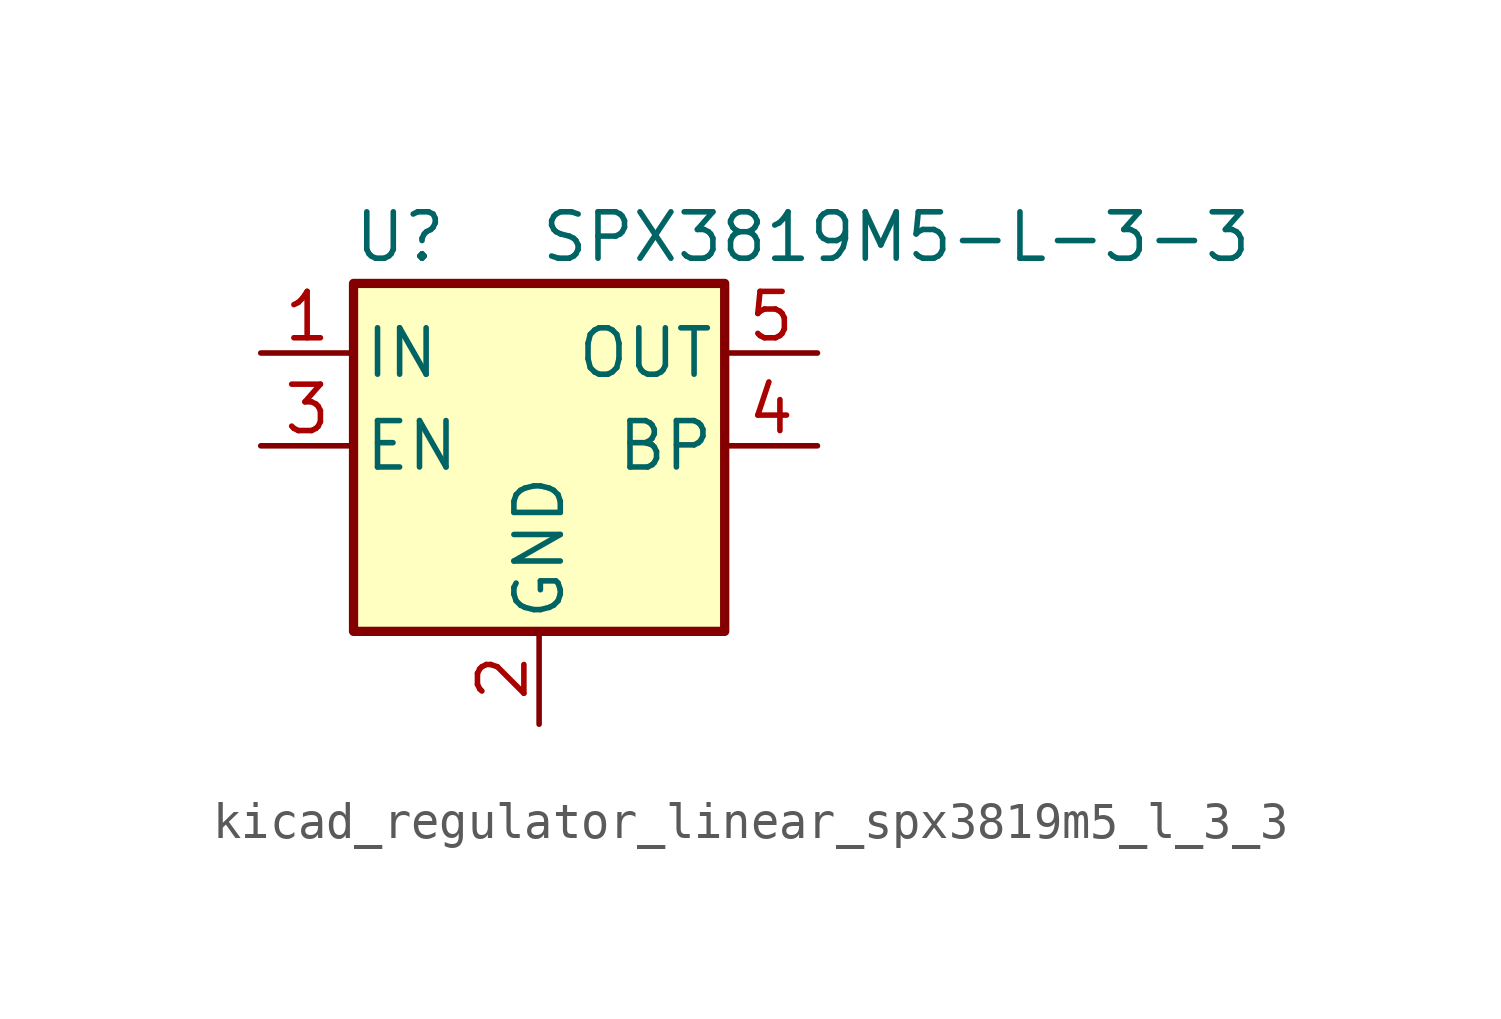
<source format=kicad_sym>
(kicad_symbol_lib
  (version 20220914)
  (generator kicad_symbol_editor)
  (symbol "kicad_regulator_linear_spx3819m5_l_3_3"
    (pin_names
      (offset 0.254))
    (property "Reference" "U"
      (at -3.81 5.715 0)
      (effects (font (size 1.27 1.27))))
    (property "Value" "SPX3819M5-L-3-3"
      (at 0 5.715 0)
      (effects (font (size 1.27 1.27)) (justify left)))
    (symbol "kicad_regulator_linear_spx3819m5_l_3_3_0_1"
      (rectangle (start -5.08 4.445) (end 5.08 -5.08) (stroke (width 0.254) (type default)) (fill (type background))))
    (symbol "kicad_regulator_linear_spx3819m5_l_3_3_1_1"
      (pin power_in line (at -7.62 2.54 0) (length 2.54) (name "IN" (effects (font (size 1.27 1.27)))) (number "1" (effects (font (size 1.27 1.27)))))
      (pin power_in line (at 0 -7.62 90) (length 2.54) (name "GND" (effects (font (size 1.27 1.27)))) (number "2" (effects (font (size 1.27 1.27)))))
      (pin input line (at -7.62 0 0) (length 2.54) (name "EN" (effects (font (size 1.27 1.27)))) (number "3" (effects (font (size 1.27 1.27)))))
      (pin input line (at 7.62 0 180) (length 2.54) (name "BP" (effects (font (size 1.27 1.27)))) (number "4" (effects (font (size 1.27 1.27)))))
      (pin power_out line (at 7.62 2.54 180) (length 2.54) (name "OUT" (effects (font (size 1.27 1.27)))) (number "5" (effects (font (size 1.27 1.27))))))))
</source>
